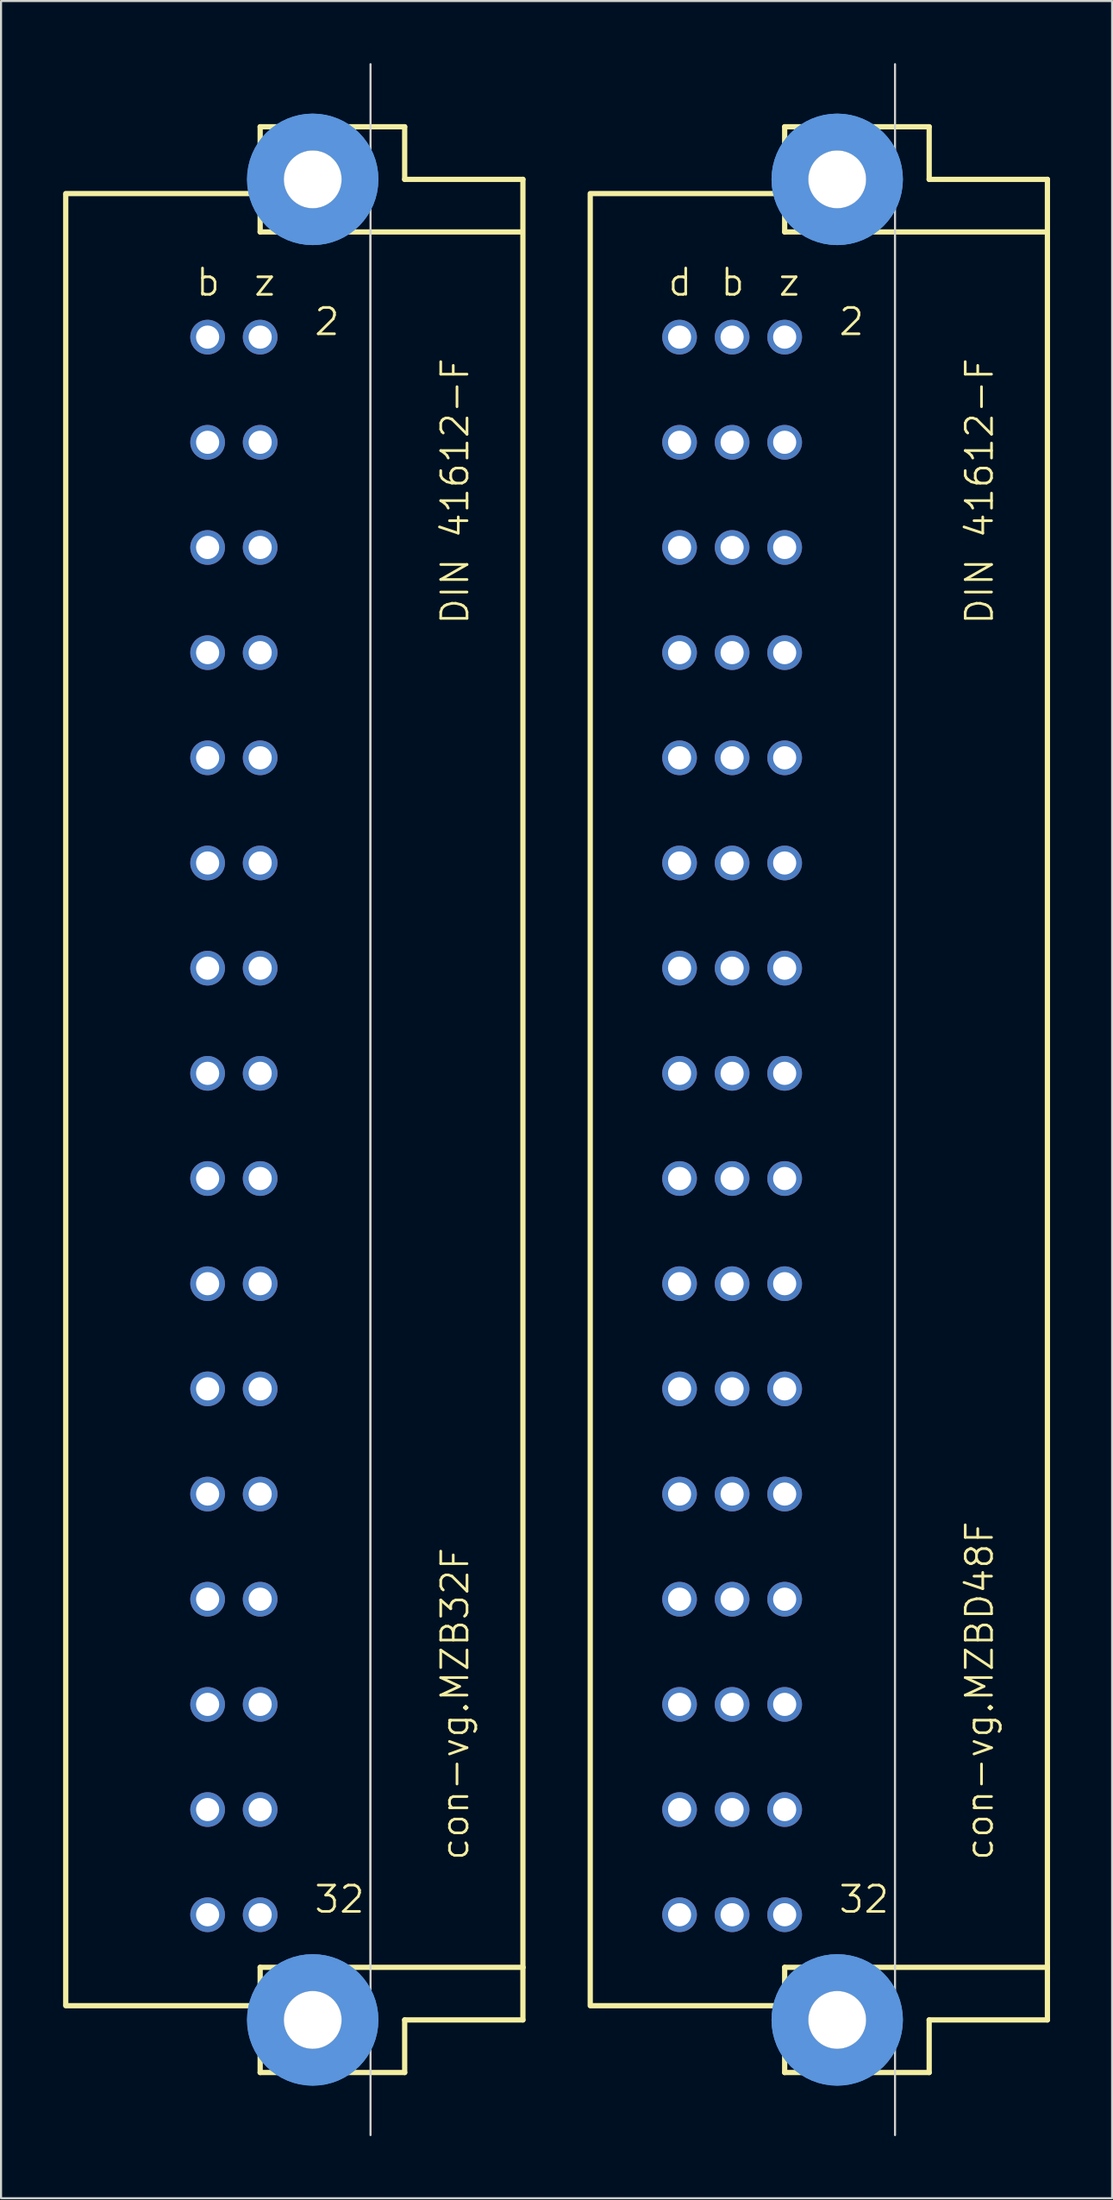
<source format=kicad_pcb>
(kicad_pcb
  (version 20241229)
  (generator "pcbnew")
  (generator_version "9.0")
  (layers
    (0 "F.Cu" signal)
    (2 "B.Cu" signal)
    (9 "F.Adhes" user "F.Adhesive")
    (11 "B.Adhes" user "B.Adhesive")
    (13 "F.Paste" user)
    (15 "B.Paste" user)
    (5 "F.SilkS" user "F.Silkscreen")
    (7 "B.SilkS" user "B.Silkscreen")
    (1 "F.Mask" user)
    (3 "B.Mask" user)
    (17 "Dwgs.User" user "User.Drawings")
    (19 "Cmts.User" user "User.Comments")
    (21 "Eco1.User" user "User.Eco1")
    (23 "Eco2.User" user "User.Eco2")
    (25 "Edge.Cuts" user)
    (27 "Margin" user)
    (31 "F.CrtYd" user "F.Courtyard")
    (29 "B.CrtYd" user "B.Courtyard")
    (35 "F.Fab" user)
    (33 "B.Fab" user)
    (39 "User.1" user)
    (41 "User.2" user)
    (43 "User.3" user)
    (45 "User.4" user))
  (footprint "con-vg.MZB32F"
    (layer "F.Cu")
    (at 12.065 50.063)
    (property "Reference" "con-vg.MZB32F" (at 7.62 36.83 90) (layer "F.SilkS") (effects (font (size 1.27 1.27) (thickness 0.13)) (justify left bottom)))
    (attr through_hole)
    (fp_line (start -11.938 -43.764) (end -2.54 -43.764) (stroke (width 0.254) (type default)) (layer "F.SilkS"))
    (fp_line (start -11.938 43.688) (end -11.938 -43.688) (stroke (width 0.254) (type default)) (layer "F.SilkS"))
    (fp_line (start -11.938 43.764) (end -2.54 43.764) (stroke (width 0.254) (type default)) (layer "F.SilkS"))
    (fp_line (start -2.54 -46.99) (end -2.54 -43.764) (stroke (width 0.254) (type default)) (layer "F.SilkS"))
    (fp_line (start -2.54 -43.764) (end -2.54 -41.91) (stroke (width 0.254) (type default)) (layer "F.SilkS"))
    (fp_line (start -2.54 -41.91) (end 10.109 -41.91) (stroke (width 0.254) (type default)) (layer "F.SilkS"))
    (fp_line (start -2.54 41.91) (end -2.54 43.764) (stroke (width 0.254) (type default)) (layer "F.SilkS"))
    (fp_line (start -2.54 41.91) (end 2.769 41.91) (stroke (width 0.254) (type default)) (layer "F.SilkS"))
    (fp_line (start -2.54 43.764) (end -2.54 46.99) (stroke (width 0.254) (type default)) (layer "F.SilkS"))
    (fp_line (start -2.54 46.99) (end 4.445 46.99) (stroke (width 0.254) (type default)) (layer "F.SilkS"))
    (fp_line (start 2.769 -41.783) (end 2.769 41.91) (stroke (width 0.051) (type default)) (layer "F.SilkS"))
    (fp_line (start 2.769 41.91) (end 10.16 41.91) (stroke (width 0.254) (type default)) (layer "F.SilkS"))
    (fp_line (start 4.445 -46.99) (end -2.54 -46.99) (stroke (width 0.254) (type default)) (layer "F.SilkS"))
    (fp_line (start 4.445 -44.45) (end 4.445 -46.99) (stroke (width 0.254) (type default)) (layer "F.SilkS"))
    (fp_line (start 4.445 44.45) (end 10.16 44.45) (stroke (width 0.254) (type default)) (layer "F.SilkS"))
    (fp_line (start 4.445 46.99) (end 4.445 44.45) (stroke (width 0.254) (type default)) (layer "F.SilkS"))
    (fp_line (start 10.16 -44.45) (end 4.445 -44.45) (stroke (width 0.254) (type default)) (layer "F.SilkS"))
    (fp_line (start 10.16 41.91) (end 10.16 -44.45) (stroke (width 0.254) (type default)) (layer "F.SilkS"))
    (fp_line (start 10.16 44.45) (end 10.16 41.91) (stroke (width 0.254) (type default)) (layer "F.SilkS"))
    (fp_circle (center 0 -44.45) (end 2.286 -44.45) (stroke (width 1.778) (type default)) (fill no) (layer "Cmts.User"))
    (fp_circle (center 0 -44.45) (end 2.286 -44.45) (stroke (width 1.778) (type default)) (fill no) (layer "Cmts.User"))
    (fp_circle (center 0 44.45) (end 2.286 44.45) (stroke (width 1.778) (type default)) (fill no) (layer "Cmts.User"))
    (fp_circle (center 0 44.45) (end 2.286 44.45) (stroke (width 1.778) (type default)) (fill no) (layer "Cmts.User"))
    (fp_line (start 2.794 50.013) (end 2.794 -50.013) (stroke (width 0.1) (type default)) (layer "Edge.Cuts"))
    (fp_text user "DIN 41612-F" (at 7.62 -22.86 90) (layer "F.SilkS") (effects (font (size 1.27 1.27) (thickness 0.13)) (justify left bottom)))
    (fp_text user "z" (at -2.921 -38.735 0) (layer "F.SilkS") (effects (font (size 1.27 1.27) (thickness 0.13)) (justify left bottom)))
    (fp_text user "32" (at 0 39.37 0) (layer "F.SilkS") (effects (font (size 1.27 1.27) (thickness 0.13)) (justify left bottom)))
    (fp_text user "b" (at -5.715 -38.735 0) (layer "F.SilkS") (effects (font (size 1.27 1.27) (thickness 0.13)) (justify left bottom)))
    (fp_text user "2" (at 0 -36.83 0) (layer "F.SilkS") (effects (font (size 1.27 1.27) (thickness 0.13)) (justify left bottom)))
    (pad "" np_thru_hole circle (at 0 -44.45) (size 2.794 2.794) (drill 2.794) (layers "*.Cu" "*.Mask"))
    (pad "" np_thru_hole circle (at 0 44.45) (size 2.794 2.794) (drill 2.794) (layers "*.Cu" "*.Mask"))
    (pad "B2" thru_hole circle (at -5.08 -36.83) (size 1.676 1.676) (drill 1.118) (layers "*.Cu" "*.Mask"))
    (pad "B4" thru_hole circle (at -5.08 -31.75) (size 1.676 1.676) (drill 1.118) (layers "*.Cu" "*.Mask"))
    (pad "B6" thru_hole circle (at -5.08 -26.67) (size 1.676 1.676) (drill 1.118) (layers "*.Cu" "*.Mask"))
    (pad "B8" thru_hole circle (at -5.08 -21.59) (size 1.676 1.676) (drill 1.118) (layers "*.Cu" "*.Mask"))
    (pad "B10" thru_hole circle (at -5.08 -16.51) (size 1.676 1.676) (drill 1.118) (layers "*.Cu" "*.Mask"))
    (pad "B12" thru_hole circle (at -5.08 -11.43) (size 1.676 1.676) (drill 1.118) (layers "*.Cu" "*.Mask"))
    (pad "B14" thru_hole circle (at -5.08 -6.35) (size 1.676 1.676) (drill 1.118) (layers "*.Cu" "*.Mask"))
    (pad "B16" thru_hole circle (at -5.08 -1.27) (size 1.676 1.676) (drill 1.118) (layers "*.Cu" "*.Mask"))
    (pad "B18" thru_hole circle (at -5.08 3.81) (size 1.676 1.676) (drill 1.118) (layers "*.Cu" "*.Mask"))
    (pad "B20" thru_hole circle (at -5.08 8.89) (size 1.676 1.676) (drill 1.118) (layers "*.Cu" "*.Mask"))
    (pad "B22" thru_hole circle (at -5.08 13.97) (size 1.676 1.676) (drill 1.118) (layers "*.Cu" "*.Mask"))
    (pad "B24" thru_hole circle (at -5.08 19.05) (size 1.676 1.676) (drill 1.118) (layers "*.Cu" "*.Mask"))
    (pad "B26" thru_hole circle (at -5.08 24.13) (size 1.676 1.676) (drill 1.118) (layers "*.Cu" "*.Mask"))
    (pad "B28" thru_hole circle (at -5.08 29.21) (size 1.676 1.676) (drill 1.118) (layers "*.Cu" "*.Mask"))
    (pad "B30" thru_hole circle (at -5.08 34.29) (size 1.676 1.676) (drill 1.118) (layers "*.Cu" "*.Mask"))
    (pad "B32" thru_hole circle (at -5.08 39.37) (size 1.676 1.676) (drill 1.118) (layers "*.Cu" "*.Mask"))
    (pad "Z2" thru_hole circle (at -2.54 -36.83) (size 1.676 1.676) (drill 1.118) (layers "*.Cu" "*.Mask"))
    (pad "Z4" thru_hole circle (at -2.54 -31.75) (size 1.676 1.676) (drill 1.118) (layers "*.Cu" "*.Mask"))
    (pad "Z6" thru_hole circle (at -2.54 -26.67) (size 1.676 1.676) (drill 1.118) (layers "*.Cu" "*.Mask"))
    (pad "Z8" thru_hole circle (at -2.54 -21.59) (size 1.676 1.676) (drill 1.118) (layers "*.Cu" "*.Mask"))
    (pad "Z10" thru_hole circle (at -2.54 -16.51) (size 1.676 1.676) (drill 1.118) (layers "*.Cu" "*.Mask"))
    (pad "Z12" thru_hole circle (at -2.54 -11.43) (size 1.676 1.676) (drill 1.118) (layers "*.Cu" "*.Mask"))
    (pad "Z14" thru_hole circle (at -2.54 -6.35) (size 1.676 1.676) (drill 1.118) (layers "*.Cu" "*.Mask"))
    (pad "Z16" thru_hole circle (at -2.54 -1.27) (size 1.676 1.676) (drill 1.118) (layers "*.Cu" "*.Mask"))
    (pad "Z18" thru_hole circle (at -2.54 3.81) (size 1.676 1.676) (drill 1.118) (layers "*.Cu" "*.Mask"))
    (pad "Z20" thru_hole circle (at -2.54 8.89) (size 1.676 1.676) (drill 1.118) (layers "*.Cu" "*.Mask"))
    (pad "Z22" thru_hole circle (at -2.54 13.97) (size 1.676 1.676) (drill 1.118) (layers "*.Cu" "*.Mask"))
    (pad "Z24" thru_hole circle (at -2.54 19.05) (size 1.676 1.676) (drill 1.118) (layers "*.Cu" "*.Mask"))
    (pad "Z26" thru_hole circle (at -2.54 24.13) (size 1.676 1.676) (drill 1.118) (layers "*.Cu" "*.Mask"))
    (pad "Z28" thru_hole circle (at -2.54 29.21) (size 1.676 1.676) (drill 1.118) (layers "*.Cu" "*.Mask"))
    (pad "Z30" thru_hole circle (at -2.54 34.29) (size 1.676 1.676) (drill 1.118) (layers "*.Cu" "*.Mask"))
    (pad "Z32" thru_hole circle (at -2.54 39.37) (size 1.676 1.676) (drill 1.118) (layers "*.Cu" "*.Mask")))
  (footprint "con-vg.MZBD48F"
    (layer "F.Cu")
    (at 37.417 50.063)
    (property "Reference" "con-vg.MZBD48F" (at 7.62 36.83 90) (layer "F.SilkS") (effects (font (size 1.27 1.27) (thickness 0.13)) (justify left bottom)))
    (attr through_hole)
    (fp_line (start -11.938 -43.764) (end -2.54 -43.764) (stroke (width 0.254) (type default)) (layer "F.SilkS"))
    (fp_line (start -11.938 43.688) (end -11.938 -43.688) (stroke (width 0.254) (type default)) (layer "F.SilkS"))
    (fp_line (start -11.938 43.764) (end -2.54 43.764) (stroke (width 0.254) (type default)) (layer "F.SilkS"))
    (fp_line (start -2.54 -46.99) (end -2.54 -43.764) (stroke (width 0.254) (type default)) (layer "F.SilkS"))
    (fp_line (start -2.54 -43.764) (end -2.54 -41.91) (stroke (width 0.254) (type default)) (layer "F.SilkS"))
    (fp_line (start -2.54 -41.91) (end 10.109 -41.91) (stroke (width 0.254) (type default)) (layer "F.SilkS"))
    (fp_line (start -2.54 41.91) (end -2.54 43.764) (stroke (width 0.254) (type default)) (layer "F.SilkS"))
    (fp_line (start -2.54 41.91) (end 2.769 41.91) (stroke (width 0.254) (type default)) (layer "F.SilkS"))
    (fp_line (start -2.54 43.764) (end -2.54 46.99) (stroke (width 0.254) (type default)) (layer "F.SilkS"))
    (fp_line (start -2.54 46.99) (end 4.445 46.99) (stroke (width 0.254) (type default)) (layer "F.SilkS"))
    (fp_line (start 2.769 -41.783) (end 2.769 41.91) (stroke (width 0.051) (type default)) (layer "F.SilkS"))
    (fp_line (start 2.769 41.91) (end 10.16 41.91) (stroke (width 0.254) (type default)) (layer "F.SilkS"))
    (fp_line (start 4.445 -46.99) (end -2.54 -46.99) (stroke (width 0.254) (type default)) (layer "F.SilkS"))
    (fp_line (start 4.445 -44.45) (end 4.445 -46.99) (stroke (width 0.254) (type default)) (layer "F.SilkS"))
    (fp_line (start 4.445 44.45) (end 10.16 44.45) (stroke (width 0.254) (type default)) (layer "F.SilkS"))
    (fp_line (start 4.445 46.99) (end 4.445 44.45) (stroke (width 0.254) (type default)) (layer "F.SilkS"))
    (fp_line (start 10.16 -44.45) (end 4.445 -44.45) (stroke (width 0.254) (type default)) (layer "F.SilkS"))
    (fp_line (start 10.16 41.91) (end 10.16 -44.45) (stroke (width 0.254) (type default)) (layer "F.SilkS"))
    (fp_line (start 10.16 44.45) (end 10.16 41.91) (stroke (width 0.254) (type default)) (layer "F.SilkS"))
    (fp_circle (center 0 -44.45) (end 2.286 -44.45) (stroke (width 1.778) (type default)) (fill no) (layer "Cmts.User"))
    (fp_circle (center 0 -44.45) (end 2.286 -44.45) (stroke (width 1.778) (type default)) (fill no) (layer "Cmts.User"))
    (fp_circle (center 0 44.45) (end 2.286 44.45) (stroke (width 1.778) (type default)) (fill no) (layer "Cmts.User"))
    (fp_circle (center 0 44.45) (end 2.286 44.45) (stroke (width 1.778) (type default)) (fill no) (layer "Cmts.User"))
    (fp_line (start 2.794 50.013) (end 2.794 -50.013) (stroke (width 0.1) (type default)) (layer "Edge.Cuts"))
    (fp_text user "d" (at -8.255 -38.735 0) (layer "F.SilkS") (effects (font (size 1.27 1.27) (thickness 0.13)) (justify left bottom)))
    (fp_text user "32" (at 0 39.37 0) (layer "F.SilkS") (effects (font (size 1.27 1.27) (thickness 0.13)) (justify left bottom)))
    (fp_text user "b" (at -5.715 -38.735 0) (layer "F.SilkS") (effects (font (size 1.27 1.27) (thickness 0.13)) (justify left bottom)))
    (fp_text user "2" (at 0 -36.83 0) (layer "F.SilkS") (effects (font (size 1.27 1.27) (thickness 0.13)) (justify left bottom)))
    (fp_text user "z" (at -2.921 -38.735 0) (layer "F.SilkS") (effects (font (size 1.27 1.27) (thickness 0.13)) (justify left bottom)))
    (fp_text user "DIN 41612-F" (at 7.62 -22.86 90) (layer "F.SilkS") (effects (font (size 1.27 1.27) (thickness 0.13)) (justify left bottom)))
    (pad "" np_thru_hole circle (at 0 -44.45) (size 2.794 2.794) (drill 2.794) (layers "*.Cu" "*.Mask"))
    (pad "" np_thru_hole circle (at 0 44.45) (size 2.794 2.794) (drill 2.794) (layers "*.Cu" "*.Mask"))
    (pad "B2" thru_hole circle (at -5.08 -36.83) (size 1.676 1.676) (drill 1.118) (layers "*.Cu" "*.Mask"))
    (pad "B4" thru_hole circle (at -5.08 -31.75) (size 1.676 1.676) (drill 1.118) (layers "*.Cu" "*.Mask"))
    (pad "B6" thru_hole circle (at -5.08 -26.67) (size 1.676 1.676) (drill 1.118) (layers "*.Cu" "*.Mask"))
    (pad "B8" thru_hole circle (at -5.08 -21.59) (size 1.676 1.676) (drill 1.118) (layers "*.Cu" "*.Mask"))
    (pad "B10" thru_hole circle (at -5.08 -16.51) (size 1.676 1.676) (drill 1.118) (layers "*.Cu" "*.Mask"))
    (pad "B12" thru_hole circle (at -5.08 -11.43) (size 1.676 1.676) (drill 1.118) (layers "*.Cu" "*.Mask"))
    (pad "B14" thru_hole circle (at -5.08 -6.35) (size 1.676 1.676) (drill 1.118) (layers "*.Cu" "*.Mask"))
    (pad "B16" thru_hole circle (at -5.08 -1.27) (size 1.676 1.676) (drill 1.118) (layers "*.Cu" "*.Mask"))
    (pad "B18" thru_hole circle (at -5.08 3.81) (size 1.676 1.676) (drill 1.118) (layers "*.Cu" "*.Mask"))
    (pad "B20" thru_hole circle (at -5.08 8.89) (size 1.676 1.676) (drill 1.118) (layers "*.Cu" "*.Mask"))
    (pad "B22" thru_hole circle (at -5.08 13.97) (size 1.676 1.676) (drill 1.118) (layers "*.Cu" "*.Mask"))
    (pad "B24" thru_hole circle (at -5.08 19.05) (size 1.676 1.676) (drill 1.118) (layers "*.Cu" "*.Mask"))
    (pad "B26" thru_hole circle (at -5.08 24.13) (size 1.676 1.676) (drill 1.118) (layers "*.Cu" "*.Mask"))
    (pad "B28" thru_hole circle (at -5.08 29.21) (size 1.676 1.676) (drill 1.118) (layers "*.Cu" "*.Mask"))
    (pad "B30" thru_hole circle (at -5.08 34.29) (size 1.676 1.676) (drill 1.118) (layers "*.Cu" "*.Mask"))
    (pad "B32" thru_hole circle (at -5.08 39.37) (size 1.676 1.676) (drill 1.118) (layers "*.Cu" "*.Mask"))
    (pad "D2" thru_hole circle (at -7.62 -36.83) (size 1.676 1.676) (drill 1.118) (layers "*.Cu" "*.Mask"))
    (pad "D4" thru_hole circle (at -7.62 -31.75) (size 1.676 1.676) (drill 1.118) (layers "*.Cu" "*.Mask"))
    (pad "D6" thru_hole circle (at -7.62 -26.67) (size 1.676 1.676) (drill 1.118) (layers "*.Cu" "*.Mask"))
    (pad "D8" thru_hole circle (at -7.62 -21.59) (size 1.676 1.676) (drill 1.118) (layers "*.Cu" "*.Mask"))
    (pad "D10" thru_hole circle (at -7.62 -16.51) (size 1.676 1.676) (drill 1.118) (layers "*.Cu" "*.Mask"))
    (pad "D12" thru_hole circle (at -7.62 -11.43) (size 1.676 1.676) (drill 1.118) (layers "*.Cu" "*.Mask"))
    (pad "D14" thru_hole circle (at -7.62 -6.35) (size 1.676 1.676) (drill 1.118) (layers "*.Cu" "*.Mask"))
    (pad "D16" thru_hole circle (at -7.62 -1.27) (size 1.676 1.676) (drill 1.118) (layers "*.Cu" "*.Mask"))
    (pad "D18" thru_hole circle (at -7.62 3.81) (size 1.676 1.676) (drill 1.118) (layers "*.Cu" "*.Mask"))
    (pad "D20" thru_hole circle (at -7.62 8.89) (size 1.676 1.676) (drill 1.118) (layers "*.Cu" "*.Mask"))
    (pad "D22" thru_hole circle (at -7.62 13.97) (size 1.676 1.676) (drill 1.118) (layers "*.Cu" "*.Mask"))
    (pad "D24" thru_hole circle (at -7.62 19.05) (size 1.676 1.676) (drill 1.118) (layers "*.Cu" "*.Mask"))
    (pad "D26" thru_hole circle (at -7.62 24.13) (size 1.676 1.676) (drill 1.118) (layers "*.Cu" "*.Mask"))
    (pad "D28" thru_hole circle (at -7.62 29.21) (size 1.676 1.676) (drill 1.118) (layers "*.Cu" "*.Mask"))
    (pad "D30" thru_hole circle (at -7.62 34.29) (size 1.676 1.676) (drill 1.118) (layers "*.Cu" "*.Mask"))
    (pad "D32" thru_hole circle (at -7.62 39.37) (size 1.676 1.676) (drill 1.118) (layers "*.Cu" "*.Mask"))
    (pad "Z2" thru_hole circle (at -2.54 -36.83) (size 1.676 1.676) (drill 1.118) (layers "*.Cu" "*.Mask"))
    (pad "Z4" thru_hole circle (at -2.54 -31.75) (size 1.676 1.676) (drill 1.118) (layers "*.Cu" "*.Mask"))
    (pad "Z6" thru_hole circle (at -2.54 -26.67) (size 1.676 1.676) (drill 1.118) (layers "*.Cu" "*.Mask"))
    (pad "Z8" thru_hole circle (at -2.54 -21.59) (size 1.676 1.676) (drill 1.118) (layers "*.Cu" "*.Mask"))
    (pad "Z10" thru_hole circle (at -2.54 -16.51) (size 1.676 1.676) (drill 1.118) (layers "*.Cu" "*.Mask"))
    (pad "Z12" thru_hole circle (at -2.54 -11.43) (size 1.676 1.676) (drill 1.118) (layers "*.Cu" "*.Mask"))
    (pad "Z14" thru_hole circle (at -2.54 -6.35) (size 1.676 1.676) (drill 1.118) (layers "*.Cu" "*.Mask"))
    (pad "Z16" thru_hole circle (at -2.54 -1.27) (size 1.676 1.676) (drill 1.118) (layers "*.Cu" "*.Mask"))
    (pad "Z18" thru_hole circle (at -2.54 3.81) (size 1.676 1.676) (drill 1.118) (layers "*.Cu" "*.Mask"))
    (pad "Z20" thru_hole circle (at -2.54 8.89) (size 1.676 1.676) (drill 1.118) (layers "*.Cu" "*.Mask"))
    (pad "Z22" thru_hole circle (at -2.54 13.97) (size 1.676 1.676) (drill 1.118) (layers "*.Cu" "*.Mask"))
    (pad "Z24" thru_hole circle (at -2.54 19.05) (size 1.676 1.676) (drill 1.118) (layers "*.Cu" "*.Mask"))
    (pad "Z26" thru_hole circle (at -2.54 24.13) (size 1.676 1.676) (drill 1.118) (layers "*.Cu" "*.Mask"))
    (pad "Z28" thru_hole circle (at -2.54 29.21) (size 1.676 1.676) (drill 1.118) (layers "*.Cu" "*.Mask"))
    (pad "Z30" thru_hole circle (at -2.54 34.29) (size 1.676 1.676) (drill 1.118) (layers "*.Cu" "*.Mask"))
    (pad "Z32" thru_hole circle (at -2.54 39.37) (size 1.676 1.676) (drill 1.118) (layers "*.Cu" "*.Mask")))
  (gr_rect
    (start -3 -3)
    (end 50.704 103.125)
    (stroke (width 0.1) (type default))
    (fill no)
    (layer "Edge.Cuts")))
</source>
